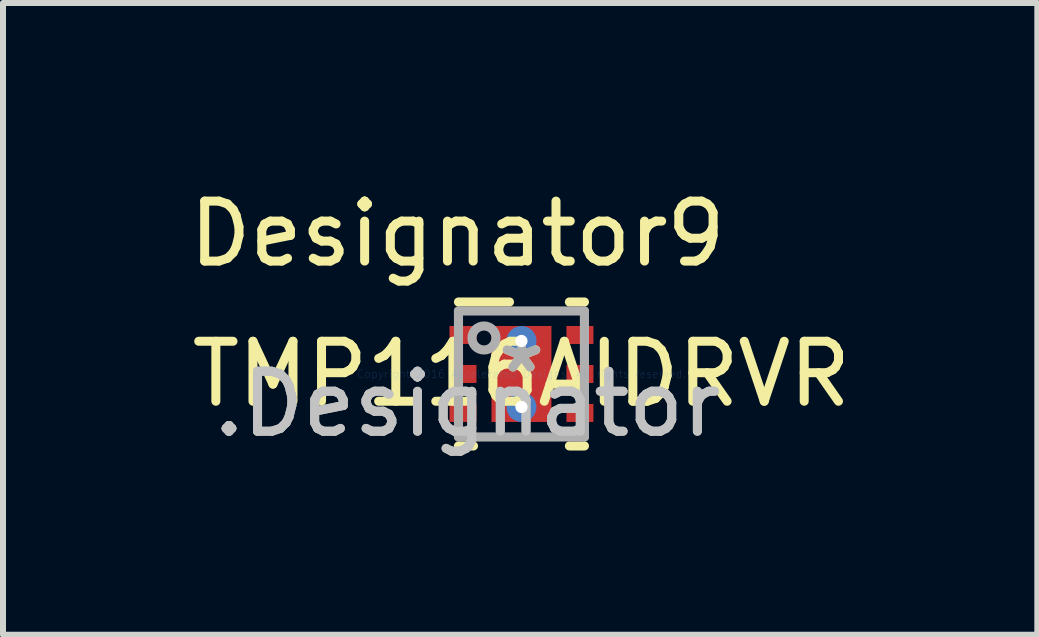
<source format=kicad_pcb>
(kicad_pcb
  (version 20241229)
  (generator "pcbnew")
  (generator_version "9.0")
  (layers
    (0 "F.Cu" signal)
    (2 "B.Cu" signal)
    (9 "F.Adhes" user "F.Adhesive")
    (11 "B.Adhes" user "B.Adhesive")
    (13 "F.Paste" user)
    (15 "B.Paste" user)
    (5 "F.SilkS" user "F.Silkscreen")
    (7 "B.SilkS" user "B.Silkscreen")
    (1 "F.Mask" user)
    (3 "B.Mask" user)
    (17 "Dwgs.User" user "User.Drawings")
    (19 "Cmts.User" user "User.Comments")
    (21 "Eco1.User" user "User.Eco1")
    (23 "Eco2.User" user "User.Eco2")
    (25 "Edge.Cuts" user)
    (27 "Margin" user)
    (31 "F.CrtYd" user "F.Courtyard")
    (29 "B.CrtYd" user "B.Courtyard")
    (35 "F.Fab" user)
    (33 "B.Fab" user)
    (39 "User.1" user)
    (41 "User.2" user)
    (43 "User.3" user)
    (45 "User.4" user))
  (footprint "TMP116AIDRVR"
    (layer "F.Cu")
    (at 5.644 3.185)
    (property "Reference" "TMP116AIDRVR" (at 0 0 0) (layer "F.SilkS") (effects (font (size 1 1) (thickness 0.15))))
    (attr through_hole)
    (fp_line (start -1.05 -1.2) (end -0.2 -1.2) (stroke (width 0.152) (type solid)) (layer "F.SilkS"))
    (fp_line (start -1.05 1.2) (end -0.8 1.2) (stroke (width 0.152) (type solid)) (layer "F.SilkS"))
    (fp_line (start 0.8 -1.2) (end 1.05 -1.2) (stroke (width 0.152) (type solid)) (layer "F.SilkS"))
    (fp_line (start 0.8 1.2) (end 1.05 1.2) (stroke (width 0.152) (type solid)) (layer "F.SilkS"))
    (fp_line (start -0.5 -0.751) (end -0.499 -0.761) (stroke (width 0.152) (type solid)) (layer "F.Paste"))
    (fp_line (start -0.5 -0.149) (end -0.5 -0.751) (stroke (width 0.152) (type solid)) (layer "F.Paste"))
    (fp_line (start -0.5 0.149) (end -0.499 0.139) (stroke (width 0.152) (type solid)) (layer "F.Paste"))
    (fp_line (start -0.5 0.751) (end -0.5 0.149) (stroke (width 0.152) (type solid)) (layer "F.Paste"))
    (fp_line (start -0.499 -0.761) (end -0.496 -0.77) (stroke (width 0.152) (type solid)) (layer "F.Paste"))
    (fp_line (start -0.499 -0.139) (end -0.5 -0.149) (stroke (width 0.152) (type solid)) (layer "F.Paste"))
    (fp_line (start -0.499 0.139) (end -0.496 0.13) (stroke (width 0.152) (type solid)) (layer "F.Paste"))
    (fp_line (start -0.499 0.761) (end -0.5 0.751) (stroke (width 0.152) (type solid)) (layer "F.Paste"))
    (fp_line (start -0.496 -0.77) (end -0.492 -0.778) (stroke (width 0.152) (type solid)) (layer "F.Paste"))
    (fp_line (start -0.496 -0.13) (end -0.499 -0.139) (stroke (width 0.152) (type solid)) (layer "F.Paste"))
    (fp_line (start -0.496 0.13) (end -0.492 0.122) (stroke (width 0.152) (type solid)) (layer "F.Paste"))
    (fp_line (start -0.496 0.77) (end -0.499 0.761) (stroke (width 0.152) (type solid)) (layer "F.Paste"))
    (fp_line (start -0.492 -0.778) (end -0.486 -0.786) (stroke (width 0.152) (type solid)) (layer "F.Paste"))
    (fp_line (start -0.492 -0.122) (end -0.496 -0.13) (stroke (width 0.152) (type solid)) (layer "F.Paste"))
    (fp_line (start -0.492 0.122) (end -0.486 0.114) (stroke (width 0.152) (type solid)) (layer "F.Paste"))
    (fp_line (start -0.492 0.778) (end -0.496 0.77) (stroke (width 0.152) (type solid)) (layer "F.Paste"))
    (fp_line (start -0.486 -0.786) (end -0.478 -0.792) (stroke (width 0.152) (type solid)) (layer "F.Paste"))
    (fp_line (start -0.486 -0.114) (end -0.492 -0.122) (stroke (width 0.152) (type solid)) (layer "F.Paste"))
    (fp_line (start -0.486 0.114) (end -0.478 0.108) (stroke (width 0.152) (type solid)) (layer "F.Paste"))
    (fp_line (start -0.486 0.786) (end -0.492 0.778) (stroke (width 0.152) (type solid)) (layer "F.Paste"))
    (fp_line (start -0.478 -0.792) (end -0.47 -0.796) (stroke (width 0.152) (type solid)) (layer "F.Paste"))
    (fp_line (start -0.478 -0.108) (end -0.486 -0.114) (stroke (width 0.152) (type solid)) (layer "F.Paste"))
    (fp_line (start -0.478 0.108) (end -0.47 0.104) (stroke (width 0.152) (type solid)) (layer "F.Paste"))
    (fp_line (start -0.478 0.792) (end -0.486 0.786) (stroke (width 0.152) (type solid)) (layer "F.Paste"))
    (fp_line (start -0.47 -0.796) (end -0.461 -0.799) (stroke (width 0.152) (type solid)) (layer "F.Paste"))
    (fp_line (start -0.47 -0.104) (end -0.478 -0.108) (stroke (width 0.152) (type solid)) (layer "F.Paste"))
    (fp_line (start -0.47 0.104) (end -0.461 0.101) (stroke (width 0.152) (type solid)) (layer "F.Paste"))
    (fp_line (start -0.47 0.796) (end -0.478 0.792) (stroke (width 0.152) (type solid)) (layer "F.Paste"))
    (fp_line (start -0.461 -0.799) (end -0.451 -0.8) (stroke (width 0.152) (type solid)) (layer "F.Paste"))
    (fp_line (start -0.461 -0.101) (end -0.47 -0.104) (stroke (width 0.152) (type solid)) (layer "F.Paste"))
    (fp_line (start -0.461 0.101) (end -0.451 0.1) (stroke (width 0.152) (type solid)) (layer "F.Paste"))
    (fp_line (start -0.461 0.799) (end -0.47 0.796) (stroke (width 0.152) (type solid)) (layer "F.Paste"))
    (fp_line (start -0.451 -0.8) (end 0.451 -0.8) (stroke (width 0.152) (type solid)) (layer "F.Paste"))
    (fp_line (start -0.451 -0.1) (end -0.461 -0.101) (stroke (width 0.152) (type solid)) (layer "F.Paste"))
    (fp_line (start -0.451 0.1) (end 0.451 0.1) (stroke (width 0.152) (type solid)) (layer "F.Paste"))
    (fp_line (start -0.451 0.8) (end -0.461 0.799) (stroke (width 0.152) (type solid)) (layer "F.Paste"))
    (fp_line (start 0.451 -0.8) (end 0.461 -0.799) (stroke (width 0.152) (type solid)) (layer "F.Paste"))
    (fp_line (start 0.451 -0.1) (end -0.451 -0.1) (stroke (width 0.152) (type solid)) (layer "F.Paste"))
    (fp_line (start 0.451 0.1) (end 0.461 0.101) (stroke (width 0.152) (type solid)) (layer "F.Paste"))
    (fp_line (start 0.451 0.8) (end -0.451 0.8) (stroke (width 0.152) (type solid)) (layer "F.Paste"))
    (fp_line (start 0.461 -0.799) (end 0.47 -0.796) (stroke (width 0.152) (type solid)) (layer "F.Paste"))
    (fp_line (start 0.461 -0.101) (end 0.451 -0.1) (stroke (width 0.152) (type solid)) (layer "F.Paste"))
    (fp_line (start 0.461 0.101) (end 0.47 0.104) (stroke (width 0.152) (type solid)) (layer "F.Paste"))
    (fp_line (start 0.461 0.799) (end 0.451 0.8) (stroke (width 0.152) (type solid)) (layer "F.Paste"))
    (fp_line (start 0.47 -0.796) (end 0.478 -0.792) (stroke (width 0.152) (type solid)) (layer "F.Paste"))
    (fp_line (start 0.47 -0.104) (end 0.461 -0.101) (stroke (width 0.152) (type solid)) (layer "F.Paste"))
    (fp_line (start 0.47 0.104) (end 0.478 0.108) (stroke (width 0.152) (type solid)) (layer "F.Paste"))
    (fp_line (start 0.47 0.796) (end 0.461 0.799) (stroke (width 0.152) (type solid)) (layer "F.Paste"))
    (fp_line (start 0.478 -0.792) (end 0.486 -0.786) (stroke (width 0.152) (type solid)) (layer "F.Paste"))
    (fp_line (start 0.478 -0.108) (end 0.47 -0.104) (stroke (width 0.152) (type solid)) (layer "F.Paste"))
    (fp_line (start 0.478 0.108) (end 0.486 0.114) (stroke (width 0.152) (type solid)) (layer "F.Paste"))
    (fp_line (start 0.478 0.792) (end 0.47 0.796) (stroke (width 0.152) (type solid)) (layer "F.Paste"))
    (fp_line (start 0.486 -0.786) (end 0.492 -0.778) (stroke (width 0.152) (type solid)) (layer "F.Paste"))
    (fp_line (start 0.486 -0.114) (end 0.478 -0.108) (stroke (width 0.152) (type solid)) (layer "F.Paste"))
    (fp_line (start 0.486 0.114) (end 0.492 0.122) (stroke (width 0.152) (type solid)) (layer "F.Paste"))
    (fp_line (start 0.486 0.786) (end 0.478 0.792) (stroke (width 0.152) (type solid)) (layer "F.Paste"))
    (fp_line (start 0.492 -0.778) (end 0.496 -0.77) (stroke (width 0.152) (type solid)) (layer "F.Paste"))
    (fp_line (start 0.492 -0.122) (end 0.486 -0.114) (stroke (width 0.152) (type solid)) (layer "F.Paste"))
    (fp_line (start 0.492 0.122) (end 0.496 0.13) (stroke (width 0.152) (type solid)) (layer "F.Paste"))
    (fp_line (start 0.492 0.778) (end 0.486 0.786) (stroke (width 0.152) (type solid)) (layer "F.Paste"))
    (fp_line (start 0.496 -0.77) (end 0.499 -0.761) (stroke (width 0.152) (type solid)) (layer "F.Paste"))
    (fp_line (start 0.496 -0.13) (end 0.492 -0.122) (stroke (width 0.152) (type solid)) (layer "F.Paste"))
    (fp_line (start 0.496 0.13) (end 0.499 0.139) (stroke (width 0.152) (type solid)) (layer "F.Paste"))
    (fp_line (start 0.496 0.77) (end 0.492 0.778) (stroke (width 0.152) (type solid)) (layer "F.Paste"))
    (fp_line (start 0.499 -0.761) (end 0.5 -0.751) (stroke (width 0.152) (type solid)) (layer "F.Paste"))
    (fp_line (start 0.499 -0.139) (end 0.496 -0.13) (stroke (width 0.152) (type solid)) (layer "F.Paste"))
    (fp_line (start 0.499 0.139) (end 0.5 0.149) (stroke (width 0.152) (type solid)) (layer "F.Paste"))
    (fp_line (start 0.499 0.761) (end 0.496 0.77) (stroke (width 0.152) (type solid)) (layer "F.Paste"))
    (fp_line (start 0.5 -0.751) (end 0.5 -0.149) (stroke (width 0.152) (type solid)) (layer "F.Paste"))
    (fp_line (start 0.5 -0.149) (end 0.499 -0.139) (stroke (width 0.152) (type solid)) (layer "F.Paste"))
    (fp_line (start 0.5 0.149) (end 0.5 0.751) (stroke (width 0.152) (type solid)) (layer "F.Paste"))
    (fp_line (start 0.5 0.751) (end 0.499 0.761) (stroke (width 0.152) (type solid)) (layer "F.Paste"))
    (fp_line (start -1.05 -1.05) (end 1.05 -1.05) (stroke (width 0.152) (type solid)) (layer "F.Fab"))
    (fp_line (start -1.05 1.05) (end -1.05 -1.05) (stroke (width 0.152) (type solid)) (layer "F.Fab"))
    (fp_line (start -1.05 1.05) (end 1.05 1.05) (stroke (width 0.152) (type solid)) (layer "F.Fab"))
    (fp_line (start 1.05 1.05) (end 1.05 -1.05) (stroke (width 0.152) (type solid)) (layer "F.Fab"))
    (fp_circle (center -0.625 -0.6) (end -0.425 -0.6) (stroke (width 0.152) (type solid)) (fill no) (layer "F.Fab"))
    (fp_text user "Designator9" (at -1.067 -2.337 0) (layer "F.SilkS") (effects (font (size 1 1) (thickness 0.15))))
    (fp_text user "*" (at 0 0 0) (layer "F.SilkS") (effects (font (size 1 1) (thickness 0.15))))
    (fp_text user ".Designator" (at -0.9 0.5 0) (layer "Dwgs.User") (effects (font (size 1 1) (thickness 0.15))))
    (fp_text user "Copyright 2016 Accelerated Designs. All rights reserved." (at 0 0 0) (layer "Cmts.User") (effects (font (size 0.127 0.127) (thickness 0.002))))
    (fp_text user ".Designator" (at -0.9 0.5 0) (layer "F.Fab") (effects (font (size 1 1) (thickness 0.15))))
    (fp_text user "*" (at 0 0 0) (layer "F.Fab") (effects (font (size 1 1) (thickness 0.15))))
    (pad "1" smd rect (at -0.975 -0.65 90) (size 0.3 0.45) (layers "F.Cu" "F.Mask" "F.Paste"))
    (pad "2" smd rect (at -0.975 0 90) (size 0.3 0.45) (layers "F.Cu" "F.Mask" "F.Paste"))
    (pad "3" smd rect (at -0.975 0.65 90) (size 0.3 0.45) (layers "F.Cu" "F.Mask" "F.Paste"))
    (pad "4" smd rect (at 0.975 0.65 90) (size 0.3 0.45) (layers "F.Cu" "F.Mask" "F.Paste"))
    (pad "5" smd rect (at 0.975 0 90) (size 0.3 0.45) (layers "F.Cu" "F.Mask" "F.Paste"))
    (pad "6" smd rect (at 0.975 -0.65 90) (size 0.3 0.45) (layers "F.Cu" "F.Mask" "F.Paste"))
    (pad "7" smd rect (at 0 0) (size 1 1.6) (layers "F.Cu" "F.Mask" "F.Paste"))
    (pad "V" thru_hole circle (at 0 -0.55) (size 0.5 0.5) (drill 0.203) (layers "*.Cu" "*.Mask"))
    (pad "V" thru_hole circle (at 0 0.55) (size 0.5 0.5) (drill 0.203) (layers "*.Cu" "*.Mask")))
  (gr_rect
    (start -3 -3)
    (end 14.245 7.533)
    (stroke (width 0.1) (type default))
    (fill no)
    (layer "Edge.Cuts")))
</source>
